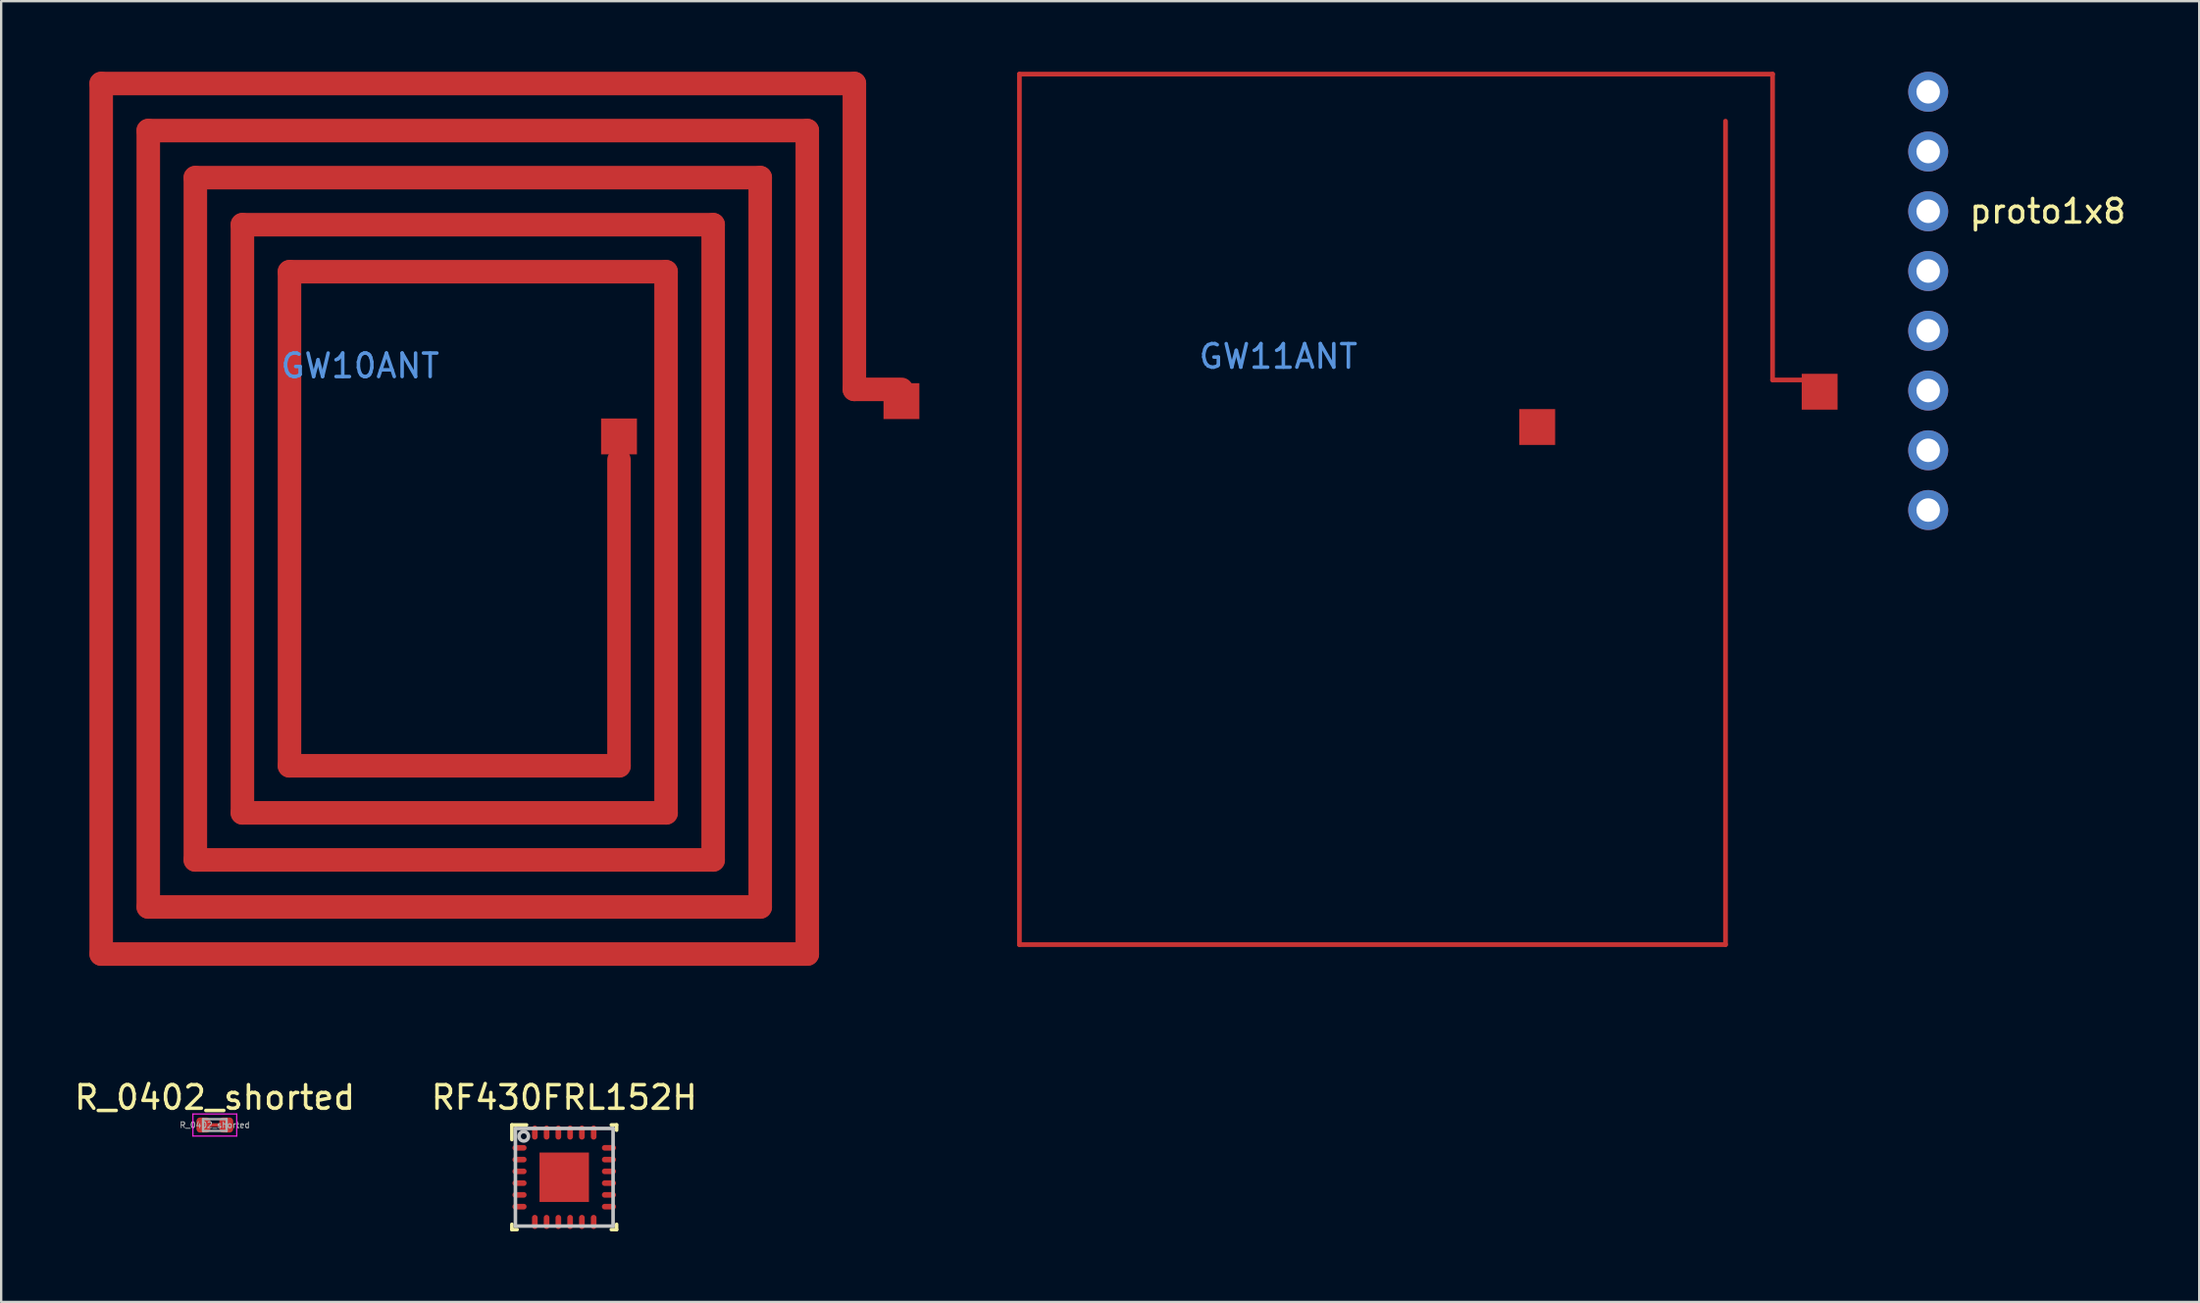
<source format=kicad_pcb>
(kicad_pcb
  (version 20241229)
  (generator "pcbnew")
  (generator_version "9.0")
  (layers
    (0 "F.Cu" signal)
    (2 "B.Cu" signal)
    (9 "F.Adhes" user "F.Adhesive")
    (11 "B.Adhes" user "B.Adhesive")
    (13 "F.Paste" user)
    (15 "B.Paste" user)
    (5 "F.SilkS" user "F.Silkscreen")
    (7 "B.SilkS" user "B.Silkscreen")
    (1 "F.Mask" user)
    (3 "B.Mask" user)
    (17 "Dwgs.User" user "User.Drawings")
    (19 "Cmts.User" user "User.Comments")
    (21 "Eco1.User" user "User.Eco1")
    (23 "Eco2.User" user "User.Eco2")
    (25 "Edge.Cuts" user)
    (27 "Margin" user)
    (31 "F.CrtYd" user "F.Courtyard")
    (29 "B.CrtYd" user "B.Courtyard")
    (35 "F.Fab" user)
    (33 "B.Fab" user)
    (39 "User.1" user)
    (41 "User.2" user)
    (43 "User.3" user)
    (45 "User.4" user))
  (footprint "GW10ANT"
    (layer "F.Cu")
    (at 0.25 39.5)
    (property "Reference" "GW10ANT" (at 12 -27 0) (layer "Cmts.User") (effects (font (size 1 1) (thickness 0.15))))
    (attr through_hole)
    (fp_line (start 1 -39) (end 1 -2) (stroke (width 1) (type solid)) (layer "F.Cu"))
    (fp_line (start 1 -2) (end 31 -2) (stroke (width 1) (type solid)) (layer "F.Cu"))
    (fp_line (start 3 -37) (end 3 -4) (stroke (width 1) (type solid)) (layer "F.Cu"))
    (fp_line (start 3 -4) (end 29 -4) (stroke (width 1) (type solid)) (layer "F.Cu"))
    (fp_line (start 5 -35) (end 5 -6) (stroke (width 1) (type solid)) (layer "F.Cu"))
    (fp_line (start 5 -6) (end 27 -6) (stroke (width 1) (type solid)) (layer "F.Cu"))
    (fp_line (start 7 -33) (end 7 -8) (stroke (width 1) (type solid)) (layer "F.Cu"))
    (fp_line (start 7 -8) (end 25 -8) (stroke (width 1) (type solid)) (layer "F.Cu"))
    (fp_line (start 9 -31) (end 9 -10) (stroke (width 1) (type solid)) (layer "F.Cu"))
    (fp_line (start 9 -10) (end 23 -10) (stroke (width 1) (type solid)) (layer "F.Cu"))
    (fp_line (start 23 -10) (end 23 -23) (stroke (width 1) (type solid)) (layer "F.Cu"))
    (fp_line (start 25 -31) (end 9 -31) (stroke (width 1) (type solid)) (layer "F.Cu"))
    (fp_line (start 25 -8) (end 25 -31) (stroke (width 1) (type solid)) (layer "F.Cu"))
    (fp_line (start 27 -33) (end 7 -33) (stroke (width 1) (type solid)) (layer "F.Cu"))
    (fp_line (start 27 -6) (end 27 -33) (stroke (width 1) (type solid)) (layer "F.Cu"))
    (fp_line (start 29 -35) (end 5 -35) (stroke (width 1) (type solid)) (layer "F.Cu"))
    (fp_line (start 29 -4) (end 29 -35) (stroke (width 1) (type solid)) (layer "F.Cu"))
    (fp_line (start 31 -37) (end 3 -37) (stroke (width 1) (type solid)) (layer "F.Cu"))
    (fp_line (start 31 -2) (end 31 -37) (stroke (width 1) (type solid)) (layer "F.Cu"))
    (fp_line (start 33 -39) (end 1 -39) (stroke (width 1) (type solid)) (layer "F.Cu"))
    (fp_line (start 33 -26) (end 33 -39) (stroke (width 1) (type solid)) (layer "F.Cu"))
    (fp_line (start 35 -26) (end 33 -26) (stroke (width 1) (type solid)) (layer "F.Cu"))
    (pad "1" smd rect (at 35 -25.5) (size 1.524 1.524) (layers "F.Cu"))
    (pad "2" smd rect (at 23 -24) (size 1.524 1.524) (layers "F.Cu")))
  (footprint "proto1x8"
    (layer "F.Cu")
    (at 78.874 11.01)
    (property "Reference" "proto1x8" (at 5.08 -5.08 0) (layer "F.SilkS") (effects (font (size 1 1) (thickness 0.15))))
    (attr through_hole)
    (pad "1" thru_hole circle (at 0 7.62) (size 1.7 1.7) (drill 1) (layers "*.Cu" "*.Mask"))
    (pad "2" thru_hole circle (at 0 5.08) (size 1.7 1.7) (drill 1) (layers "*.Cu" "*.Mask"))
    (pad "3" thru_hole circle (at 0 2.54) (size 1.7 1.7) (drill 1) (layers "*.Cu" "*.Mask"))
    (pad "4" thru_hole circle (at 0 0) (size 1.7 1.7) (drill 1) (layers "*.Cu" "*.Mask"))
    (pad "5" thru_hole circle (at 0 -2.54) (size 1.7 1.7) (drill 1) (layers "*.Cu" "*.Mask"))
    (pad "6" thru_hole circle (at 0 -5.08) (size 1.7 1.7) (drill 1) (layers "*.Cu" "*.Mask"))
    (pad "7" thru_hole circle (at 0 -7.62) (size 1.7 1.7) (drill 1) (layers "*.Cu" "*.Mask"))
    (pad "8" thru_hole circle (at 0 -10.16) (size 1.7 1.7) (drill 1) (layers "*.Cu" "*.Mask")))
  (footprint "GW11ANT"
    (layer "F.Cu")
    (at 39.262 39.1)
    (property "Reference" "GW11ANT" (at 12 -27 0) (layer "Cmts.User") (effects (font (size 1 1) (thickness 0.15))))
    (attr through_hole)
    (fp_line (start 1 -39) (end 1 -2) (stroke (width 0.2) (type solid)) (layer "F.Cu"))
    (fp_line (start 1 -2) (end 31 -2) (stroke (width 0.2) (type solid)) (layer "F.Cu"))
    (fp_line (start 31 -2) (end 31 -37) (stroke (width 0.2) (type solid)) (layer "F.Cu"))
    (fp_line (start 33 -39) (end 1 -39) (stroke (width 0.2) (type solid)) (layer "F.Cu"))
    (fp_line (start 33 -26) (end 33 -39) (stroke (width 0.2) (type solid)) (layer "F.Cu"))
    (fp_line (start 35 -26) (end 33 -26) (stroke (width 0.2) (type solid)) (layer "F.Cu"))
    (pad "1" smd rect (at 35 -25.5) (size 1.524 1.524) (layers "F.Cu"))
    (pad "2" smd rect (at 23 -24) (size 1.524 1.524) (layers "F.Cu")))
  (footprint "R_0402_shorted"
    (layer "F.Cu")
    (at 6.077 44.768)
    (property "Reference" "R_0402_shorted" (at 0 -1.17 0) (layer "F.SilkS") (effects (font (size 1 1) (thickness 0.15))))
    (attr smd)
    (fp_line (start -0.3 0) (end 0.3 0) (stroke (width 0.15) (type solid)) (layer "F.Cu"))
    (fp_line (start -0.93 -0.47) (end 0.93 -0.47) (stroke (width 0.05) (type solid)) (layer "F.CrtYd"))
    (fp_line (start -0.93 0.47) (end -0.93 -0.47) (stroke (width 0.05) (type solid)) (layer "F.CrtYd"))
    (fp_line (start 0.93 -0.47) (end 0.93 0.47) (stroke (width 0.05) (type solid)) (layer "F.CrtYd"))
    (fp_line (start 0.93 0.47) (end -0.93 0.47) (stroke (width 0.05) (type solid)) (layer "F.CrtYd"))
    (fp_line (start -0.5 -0.25) (end 0.5 -0.25) (stroke (width 0.1) (type solid)) (layer "F.Fab"))
    (fp_line (start -0.5 0.25) (end -0.5 -0.25) (stroke (width 0.1) (type solid)) (layer "F.Fab"))
    (fp_line (start 0.5 -0.25) (end 0.5 0.25) (stroke (width 0.1) (type solid)) (layer "F.Fab"))
    (fp_line (start 0.5 0.25) (end -0.5 0.25) (stroke (width 0.1) (type solid)) (layer "F.Fab"))
    (fp_text user "${REFERENCE}" (at 0 0 0) (layer "F.Fab") (effects (font (size 0.25 0.25) (thickness 0.04))))
    (pad "1" smd roundrect (at -0.485 0) (size 0.59 0.64) (layers "F.Cu" "F.Mask" "F.Paste") (roundrect_rratio 0.25))
    (pad "2" smd roundrect (at 0.485 0) (size 0.59 0.64) (layers "F.Cu" "F.Mask" "F.Paste") (roundrect_rratio 0.25)))
  (footprint "RF430FRL152H"
    (layer "F.Cu")
    (at 20.923 46.988)
    (property "Reference" "RF430FRL152H" (at 0 -3.39 0) (layer "F.SilkS") (effects (font (size 1 1) (thickness 0.15))))
    (attr through_hole)
    (fp_line (start -2.225 -2.225) (end -1.6 -2.225) (stroke (width 0.152) (type solid)) (layer "F.SilkS"))
    (fp_line (start -2.225 -1.6) (end -2.225 -2.225) (stroke (width 0.152) (type solid)) (layer "F.SilkS"))
    (fp_line (start -2.225 2.225) (end -2.225 2) (stroke (width 0.152) (type solid)) (layer "F.SilkS"))
    (fp_line (start -2.225 2.225) (end -2 2.225) (stroke (width 0.152) (type solid)) (layer "F.SilkS"))
    (fp_line (start 2 -2.225) (end 2.225 -2.225) (stroke (width 0.152) (type solid)) (layer "F.SilkS"))
    (fp_line (start 2 2.225) (end 2.225 2.225) (stroke (width 0.152) (type solid)) (layer "F.SilkS"))
    (fp_line (start 2.225 -2) (end 2.225 -2.225) (stroke (width 0.152) (type solid)) (layer "F.SilkS"))
    (fp_line (start 2.225 2.225) (end 2.225 2) (stroke (width 0.152) (type solid)) (layer "F.SilkS"))
    (fp_line (start -2.075 -2.075) (end 2.075 -2.075) (stroke (width 0.152) (type solid)) (layer "Dwgs.User"))
    (fp_line (start -2.075 2.075) (end -2.075 -2.075) (stroke (width 0.152) (type solid)) (layer "Dwgs.User"))
    (fp_line (start -2.075 2.075) (end 2.075 2.075) (stroke (width 0.152) (type solid)) (layer "Dwgs.User"))
    (fp_line (start 2.075 2.075) (end 2.075 -2.075) (stroke (width 0.152) (type solid)) (layer "Dwgs.User"))
    (fp_circle (center -1.72 -1.74) (end -1.52 -1.74) (stroke (width 0.152) (type solid)) (fill no) (layer "Dwgs.User"))
    (pad "" smd rect (at 0 0) (size 0.025 0.025) (layers "F.Paste"))
    (pad "1" smd oval (at -1.9 -1.25 90) (size 0.24 0.6) (layers "F.Cu" "F.Mask" "F.Paste"))
    (pad "2" smd oval (at -1.9 -0.75 90) (size 0.24 0.6) (layers "F.Cu" "F.Mask" "F.Paste"))
    (pad "3" smd oval (at -1.9 -0.25 90) (size 0.24 0.6) (layers "F.Cu" "F.Mask" "F.Paste"))
    (pad "4" smd oval (at -1.9 0.25 90) (size 0.24 0.6) (layers "F.Cu" "F.Mask" "F.Paste"))
    (pad "5" smd oval (at -1.9 0.75 90) (size 0.24 0.6) (layers "F.Cu" "F.Mask" "F.Paste"))
    (pad "6" smd oval (at -1.9 1.25 90) (size 0.24 0.6) (layers "F.Cu" "F.Mask" "F.Paste"))
    (pad "7" smd oval (at -1.25 1.9) (size 0.24 0.6) (layers "F.Cu" "F.Mask" "F.Paste"))
    (pad "8" smd oval (at -0.75 1.9) (size 0.24 0.6) (layers "F.Cu" "F.Mask" "F.Paste"))
    (pad "9" smd oval (at -0.25 1.9) (size 0.24 0.6) (layers "F.Cu" "F.Mask" "F.Paste"))
    (pad "10" smd oval (at 0.25 1.9) (size 0.24 0.6) (layers "F.Cu" "F.Mask" "F.Paste"))
    (pad "11" smd oval (at 0.75 1.9) (size 0.24 0.6) (layers "F.Cu" "F.Mask" "F.Paste"))
    (pad "12" smd oval (at 1.25 1.9) (size 0.24 0.6) (layers "F.Cu" "F.Mask" "F.Paste"))
    (pad "13" smd oval (at 1.9 1.25 90) (size 0.24 0.6) (layers "F.Cu" "F.Mask" "F.Paste"))
    (pad "14" smd oval (at 1.9 0.75 90) (size 0.24 0.6) (layers "F.Cu" "F.Mask" "F.Paste"))
    (pad "15" smd oval (at 1.9 0.25 90) (size 0.24 0.6) (layers "F.Cu" "F.Mask" "F.Paste"))
    (pad "16" smd oval (at 1.9 -0.25 90) (size 0.24 0.6) (layers "F.Cu" "F.Mask" "F.Paste"))
    (pad "17" smd oval (at 1.9 -0.75 90) (size 0.24 0.6) (layers "F.Cu" "F.Mask" "F.Paste"))
    (pad "18" smd oval (at 1.9 -1.25 90) (size 0.24 0.6) (layers "F.Cu" "F.Mask" "F.Paste"))
    (pad "19" smd oval (at 1.25 -1.9) (size 0.24 0.6) (layers "F.Cu" "F.Mask" "F.Paste"))
    (pad "20" smd oval (at 0.75 -1.9) (size 0.24 0.6) (layers "F.Cu" "F.Mask" "F.Paste"))
    (pad "21" smd oval (at 0.25 -1.9) (size 0.24 0.6) (layers "F.Cu" "F.Mask" "F.Paste"))
    (pad "22" smd oval (at -0.25 -1.9) (size 0.24 0.6) (layers "F.Cu" "F.Mask" "F.Paste"))
    (pad "23" smd oval (at -0.75 -1.9) (size 0.24 0.6) (layers "F.Cu" "F.Mask" "F.Paste"))
    (pad "24" smd oval (at -1.25 -1.9) (size 0.24 0.6) (layers "F.Cu" "F.Mask" "F.Paste"))
    (pad "25" smd rect (at 0 0) (size 2.1 2.1) (layers "F.Cu" "F.Mask" "F.Paste")))
  (gr_rect
    (start -3 -3)
    (end 90.389 52.289)
    (stroke (width 0.1) (type default))
    (fill no)
    (layer "Edge.Cuts")))
</source>
